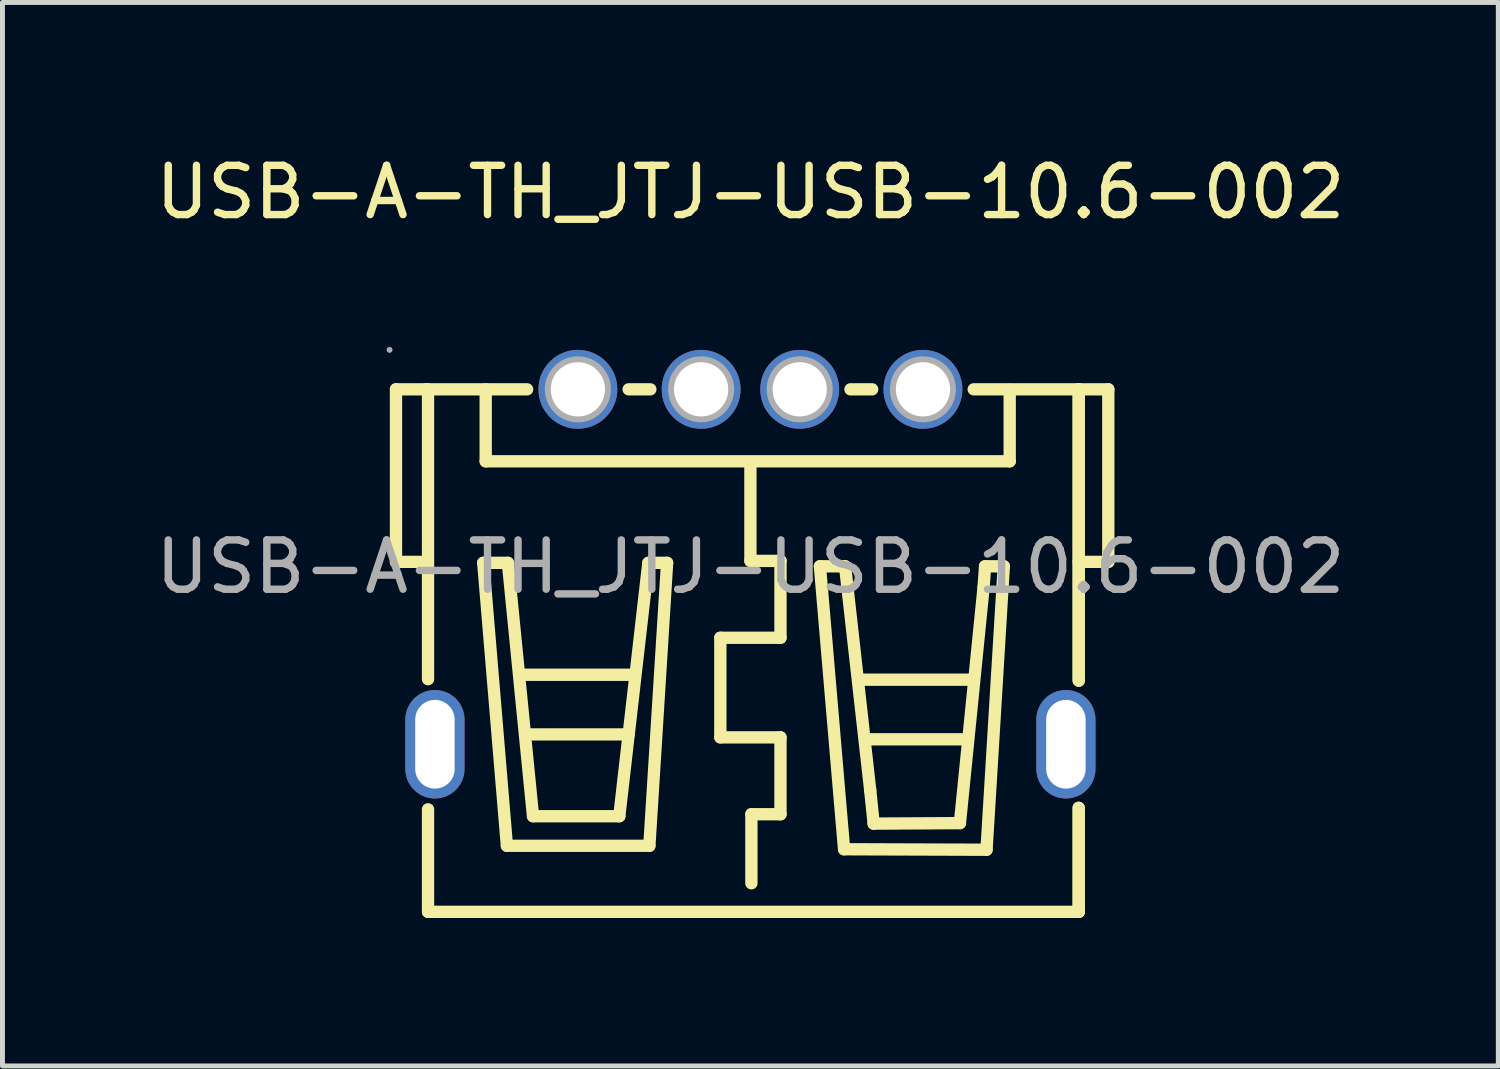
<source format=kicad_pcb>
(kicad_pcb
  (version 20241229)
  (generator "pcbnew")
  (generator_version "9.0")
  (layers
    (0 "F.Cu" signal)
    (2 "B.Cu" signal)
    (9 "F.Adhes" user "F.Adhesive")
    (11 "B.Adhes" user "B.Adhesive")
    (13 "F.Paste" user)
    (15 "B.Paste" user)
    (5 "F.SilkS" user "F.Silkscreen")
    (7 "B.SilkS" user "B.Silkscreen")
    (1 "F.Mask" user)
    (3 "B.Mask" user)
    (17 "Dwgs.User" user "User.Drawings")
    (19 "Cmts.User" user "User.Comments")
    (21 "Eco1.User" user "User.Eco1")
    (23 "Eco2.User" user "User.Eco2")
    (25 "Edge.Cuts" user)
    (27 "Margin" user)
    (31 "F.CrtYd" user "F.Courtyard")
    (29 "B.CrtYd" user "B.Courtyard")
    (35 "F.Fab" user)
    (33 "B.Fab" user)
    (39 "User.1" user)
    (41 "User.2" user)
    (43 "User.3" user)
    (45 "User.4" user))
  (footprint "USB-A-TH_JTJ-USB-10.6-002"
    (layer "F.Cu")
    (at 12.173 8.448)
    (property "Reference" "USB-A-TH_JTJ-USB-10.6-002" (at 0 -7.6 0) (layer "F.SilkS") (effects (font (size 1 1) (thickness 0.15))))
    (attr through_hole)
    (fp_line (start -7.19 -0.1) (end -7.19 -3.6) (stroke (width 0.25) (type solid)) (layer "F.SilkS"))
    (fp_line (start -6.59 -3.6) (end -7.19 -3.6) (stroke (width 0.25) (type solid)) (layer "F.SilkS"))
    (fp_line (start -6.59 -3.6) (end -4.53 -3.6) (stroke (width 0.25) (type solid)) (layer "F.SilkS"))
    (fp_line (start -6.59 -0.1) (end -7.19 -0.1) (stroke (width 0.25) (type solid)) (layer "F.SilkS"))
    (fp_line (start -6.54 2.28) (end -6.54 -3.6) (stroke (width 0.25) (type solid)) (layer "F.SilkS"))
    (fp_line (start -6.54 7) (end -6.54 4.92) (stroke (width 0.25) (type solid)) (layer "F.SilkS"))
    (fp_line (start -6.54 7) (end 6.66 7) (stroke (width 0.25) (type solid)) (layer "F.SilkS"))
    (fp_line (start -5.42 -0.08) (end -4.92 -0.08) (stroke (width 0.25) (type solid)) (layer "F.SilkS"))
    (fp_line (start -5.37 -3.57) (end -5.37 -3.6) (stroke (width 0.25) (type solid)) (layer "F.SilkS"))
    (fp_line (start -5.37 -2.14) (end -5.37 -3.57) (stroke (width 0.25) (type solid)) (layer "F.SilkS"))
    (fp_line (start -4.94 5.66) (end -5.42 -0.08) (stroke (width 0.25) (type solid)) (layer "F.SilkS"))
    (fp_line (start -4.92 -0.08) (end -4.41 5.06) (stroke (width 0.25) (type solid)) (layer "F.SilkS"))
    (fp_line (start -4.64 2.19) (end -2.38 2.19) (stroke (width 0.25) (type solid)) (layer "F.SilkS"))
    (fp_line (start -4.5 3.4) (end -2.47 3.4) (stroke (width 0.25) (type solid)) (layer "F.SilkS"))
    (fp_line (start -4.41 5.06) (end -2.66 5.06) (stroke (width 0.25) (type solid)) (layer "F.SilkS"))
    (fp_line (start -2.66 5.06) (end -2.07 -0.08) (stroke (width 0.25) (type solid)) (layer "F.SilkS"))
    (fp_line (start -2.47 -3.6) (end -2.03 -3.6) (stroke (width 0.25) (type solid)) (layer "F.SilkS"))
    (fp_line (start -2.07 -0.08) (end -1.69 -0.08) (stroke (width 0.25) (type solid)) (layer "F.SilkS"))
    (fp_line (start -2.05 5.66) (end -4.94 5.66) (stroke (width 0.25) (type solid)) (layer "F.SilkS"))
    (fp_line (start -1.69 -0.08) (end -2.05 5.66) (stroke (width 0.25) (type solid)) (layer "F.SilkS"))
    (fp_line (start -0.61 1.44) (end -0.61 3.46) (stroke (width 0.25) (type solid)) (layer "F.SilkS"))
    (fp_line (start -0.61 3.46) (end 0.61 3.46) (stroke (width 0.25) (type solid)) (layer "F.SilkS"))
    (fp_line (start 0 -2.12) (end 0 -0.12) (stroke (width 0.25) (type solid)) (layer "F.SilkS"))
    (fp_line (start 0 -0.12) (end 0.61 -0.12) (stroke (width 0.25) (type solid)) (layer "F.SilkS"))
    (fp_line (start 0.02 5.02) (end 0.02 6.42) (stroke (width 0.25) (type solid)) (layer "F.SilkS"))
    (fp_line (start 0.61 -0.12) (end 0.61 1.44) (stroke (width 0.25) (type solid)) (layer "F.SilkS"))
    (fp_line (start 0.61 1.44) (end -0.61 1.44) (stroke (width 0.25) (type solid)) (layer "F.SilkS"))
    (fp_line (start 0.61 3.46) (end 0.61 5.02) (stroke (width 0.25) (type solid)) (layer "F.SilkS"))
    (fp_line (start 0.61 5.02) (end 0.02 5.02) (stroke (width 0.25) (type solid)) (layer "F.SilkS"))
    (fp_line (start 1.41 -0.01) (end 1.92 -0.01) (stroke (width 0.25) (type solid)) (layer "F.SilkS"))
    (fp_line (start 1.9 5.73) (end 1.41 -0.01) (stroke (width 0.25) (type solid)) (layer "F.SilkS"))
    (fp_line (start 1.92 -0.01) (end 2.43 4.53) (stroke (width 0.25) (type solid)) (layer "F.SilkS"))
    (fp_line (start 2.03 -3.6) (end 2.47 -3.6) (stroke (width 0.25) (type solid)) (layer "F.SilkS"))
    (fp_line (start 2.24 2.29) (end 4.5 2.29) (stroke (width 0.25) (type solid)) (layer "F.SilkS"))
    (fp_line (start 2.38 3.5) (end 4.41 3.5) (stroke (width 0.25) (type solid)) (layer "F.SilkS"))
    (fp_line (start 2.43 4.53) (end 2.5 5.21) (stroke (width 0.25) (type solid)) (layer "F.SilkS"))
    (fp_line (start 2.5 5.21) (end 4.25 5.2) (stroke (width 0.25) (type solid)) (layer "F.SilkS"))
    (fp_line (start 4.25 5.2) (end 4.73 0.42) (stroke (width 0.25) (type solid)) (layer "F.SilkS"))
    (fp_line (start 4.53 -3.6) (end 6.66 -3.6) (stroke (width 0.25) (type solid)) (layer "F.SilkS"))
    (fp_line (start 4.73 0.42) (end 4.76 -0.01) (stroke (width 0.25) (type solid)) (layer "F.SilkS"))
    (fp_line (start 4.76 -0.01) (end 5.14 -0.01) (stroke (width 0.25) (type solid)) (layer "F.SilkS"))
    (fp_line (start 4.79 5.74) (end 1.9 5.73) (stroke (width 0.25) (type solid)) (layer "F.SilkS"))
    (fp_line (start 5.14 -0.01) (end 4.79 5.74) (stroke (width 0.25) (type solid)) (layer "F.SilkS"))
    (fp_line (start 5.26 -3.59) (end 5.26 -3.54) (stroke (width 0.25) (type solid)) (layer "F.SilkS"))
    (fp_line (start 5.26 -3.54) (end 5.26 -2.14) (stroke (width 0.25) (type solid)) (layer "F.SilkS"))
    (fp_line (start 5.26 -2.14) (end -5.37 -2.14) (stroke (width 0.25) (type solid)) (layer "F.SilkS"))
    (fp_line (start 6.66 -3.6) (end 7.26 -3.6) (stroke (width 0.25) (type solid)) (layer "F.SilkS"))
    (fp_line (start 6.66 -0.1) (end 7.26 -0.1) (stroke (width 0.25) (type solid)) (layer "F.SilkS"))
    (fp_line (start 6.66 2.31) (end 6.66 -3.6) (stroke (width 0.25) (type solid)) (layer "F.SilkS"))
    (fp_line (start 6.66 2.31) (end 6.66 -3.6) (stroke (width 0.25) (type solid)) (layer "F.SilkS"))
    (fp_line (start 6.66 7) (end 6.66 4.89) (stroke (width 0.25) (type solid)) (layer "F.SilkS"))
    (fp_line (start 6.66 7) (end 6.66 4.89) (stroke (width 0.25) (type solid)) (layer "F.SilkS"))
    (fp_line (start 7.26 -3.6) (end 7.26 -0.1) (stroke (width 0.25) (type solid)) (layer "F.SilkS"))
    (fp_circle (center -7.32 -4.4) (end -7.29 -4.4) (stroke (width 0.06) (type solid)) (fill no) (layer "F.Fab"))
    (fp_circle (center -3.5 -3.6) (end -3.28 -3.6) (stroke (width 0.45) (type solid)) (fill no) (layer "F.Fab"))
    (fp_circle (center -1 -3.6) (end -0.78 -3.6) (stroke (width 0.45) (type solid)) (fill no) (layer "F.Fab"))
    (fp_circle (center 1 -3.6) (end 1.22 -3.6) (stroke (width 0.45) (type solid)) (fill no) (layer "F.Fab"))
    (fp_circle (center 3.5 -3.6) (end 3.72 -3.6) (stroke (width 0.45) (type solid)) (fill no) (layer "F.Fab"))
    (fp_text user "${REFERENCE}" (at 0 0 0) (layer "F.Fab") (effects (font (size 1 1) (thickness 0.15))))
    (pad "1" thru_hole circle (at -3.5 -3.6) (size 1.6 1.6) (drill 1.1) (layers "*.Cu" "*.Mask"))
    (pad "2" thru_hole circle (at -1 -3.6) (size 1.6 1.6) (drill 1.1) (layers "*.Cu" "*.Mask"))
    (pad "3" thru_hole circle (at 1 -3.6) (size 1.6 1.6) (drill 1.1) (layers "*.Cu" "*.Mask"))
    (pad "4" thru_hole circle (at 3.5 -3.6) (size 1.6 1.6) (drill 1.1) (layers "*.Cu" "*.Mask"))
    (pad "5" thru_hole oval (at 6.4 3.6 90) (size 2.2 1.2) (drill oval 1.8 0.8) (layers "*.Cu" "*.Mask"))
    (pad "6" thru_hole oval (at -6.4 3.6 270) (size 2.2 1.2) (drill oval 1.8 0.8) (layers "*.Cu" "*.Mask")))
  (gr_rect
    (start -3 -3)
    (end 27.345 18.573)
    (stroke (width 0.1) (type default))
    (fill no)
    (layer "Edge.Cuts")))
</source>
